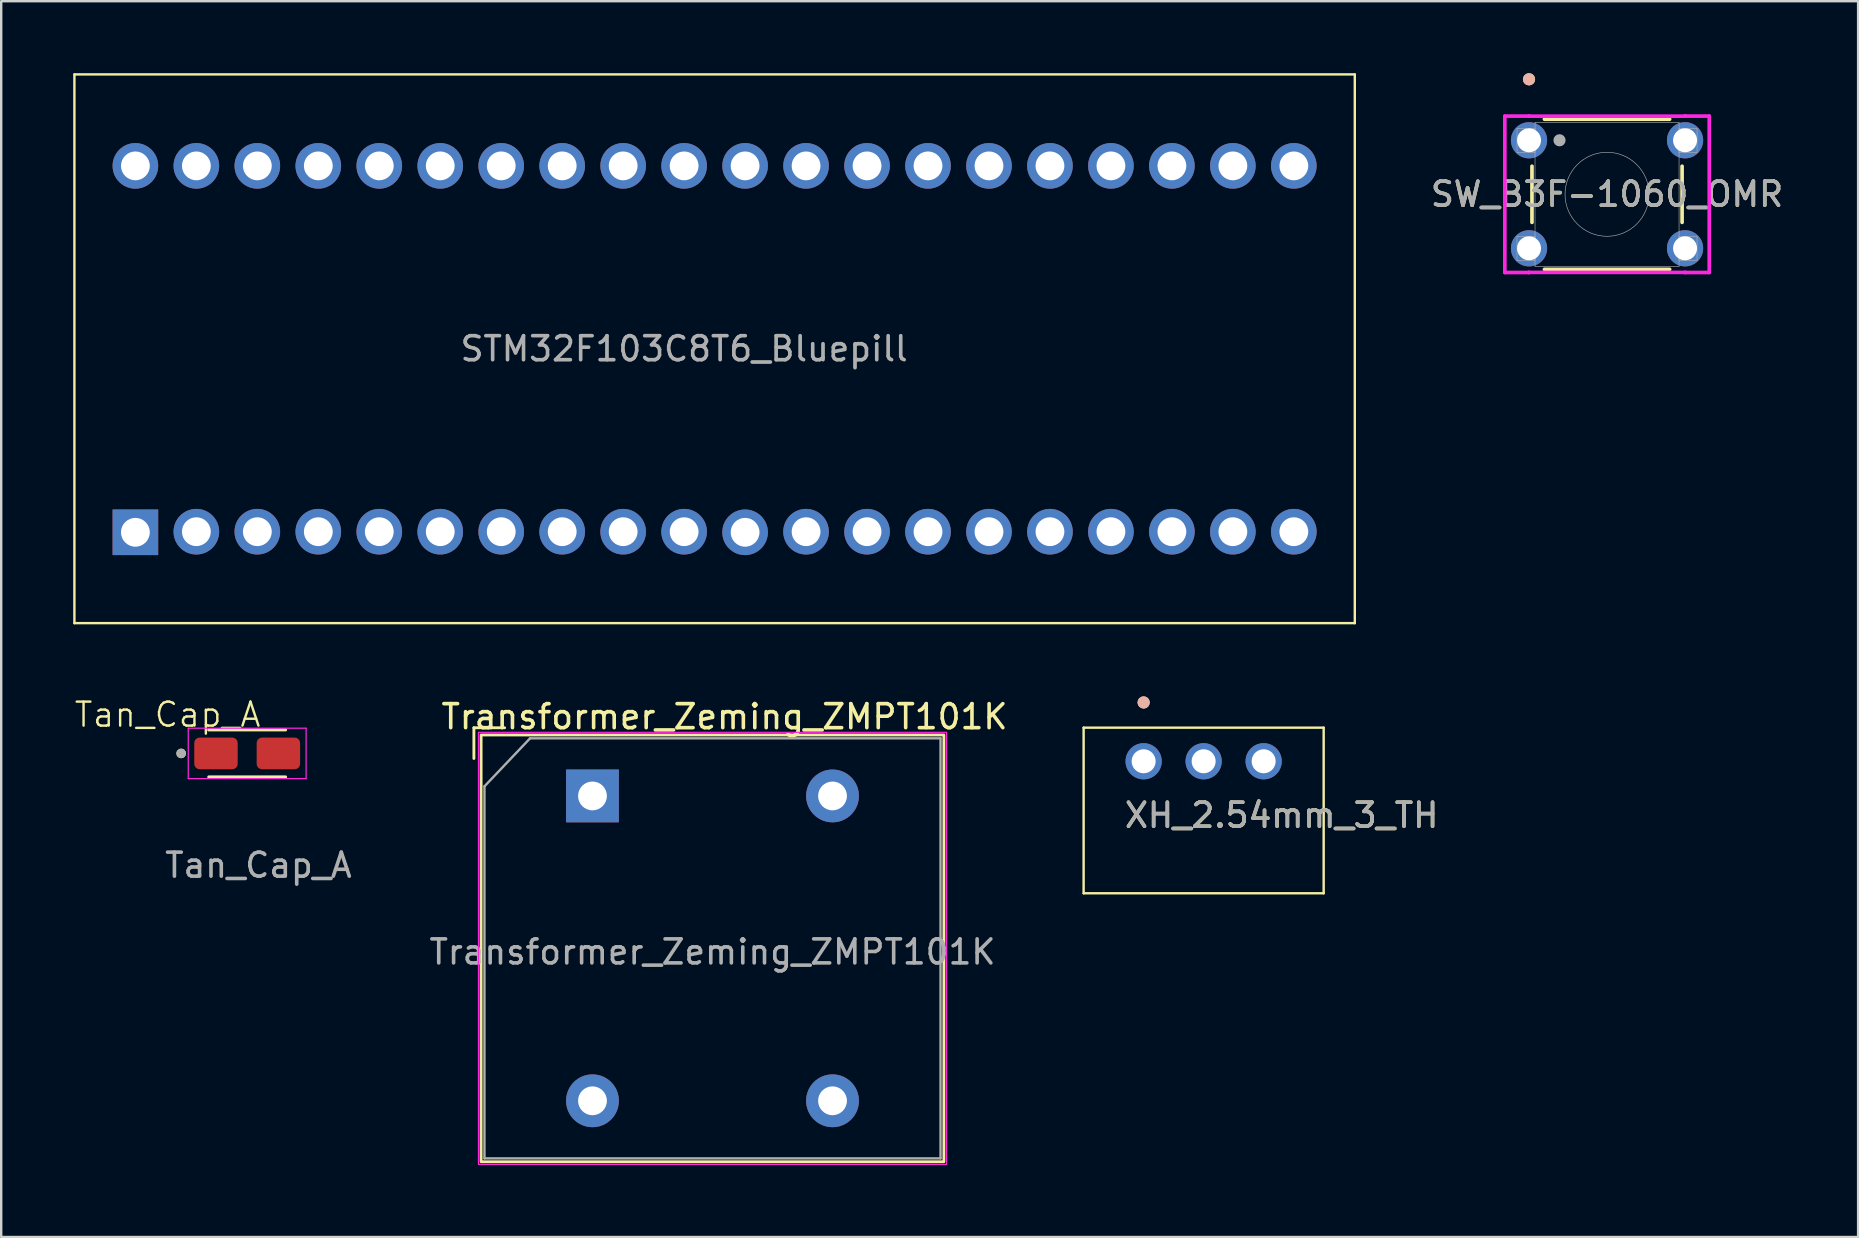
<source format=kicad_pcb>
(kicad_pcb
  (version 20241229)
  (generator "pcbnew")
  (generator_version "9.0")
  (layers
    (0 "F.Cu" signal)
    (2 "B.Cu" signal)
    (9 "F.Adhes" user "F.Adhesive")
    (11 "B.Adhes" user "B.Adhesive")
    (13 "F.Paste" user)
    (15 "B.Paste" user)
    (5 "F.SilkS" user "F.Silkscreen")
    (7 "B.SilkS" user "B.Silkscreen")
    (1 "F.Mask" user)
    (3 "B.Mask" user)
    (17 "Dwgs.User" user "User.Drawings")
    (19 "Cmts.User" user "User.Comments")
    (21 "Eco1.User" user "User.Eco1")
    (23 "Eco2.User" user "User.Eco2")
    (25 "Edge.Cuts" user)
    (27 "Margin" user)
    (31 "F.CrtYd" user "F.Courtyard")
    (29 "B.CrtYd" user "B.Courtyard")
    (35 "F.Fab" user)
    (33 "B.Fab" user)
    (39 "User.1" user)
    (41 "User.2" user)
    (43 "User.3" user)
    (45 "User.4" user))
  (footprint "XH_2.54mm_3_TH"
    (layer "F.Cu")
    (at 47.093 28.664)
    (property "Reference" "XH_2.54mm_3_TH" (at 3.25 2.25 0) (unlocked yes) (layer "F.SilkS") (effects (font (size 1 1) (thickness 0.15))))
    (attr through_hole)
    (fp_line (start -5 -1.4) (end 5 -1.4) (stroke (width 0.1) (type default)) (layer "F.SilkS"))
    (fp_line (start -5 5.5) (end -5 -1.4) (stroke (width 0.1) (type default)) (layer "F.SilkS"))
    (fp_line (start 5 -1.4) (end 5 5.5) (stroke (width 0.1) (type default)) (layer "F.SilkS"))
    (fp_line (start 5 5.5) (end -5 5.5) (stroke (width 0.1) (type default)) (layer "F.SilkS"))
    (fp_circle (center -2.5 -2.45) (end -2.373 -2.45) (stroke (width 0.254) (type solid)) (fill no) (layer "F.SilkS"))
    (fp_circle (center -2.5 -2.45) (end -2.373 -2.45) (stroke (width 0.254) (type solid)) (fill no) (layer "B.SilkS"))
    (fp_text user "${REFERENCE}" (at 3.25 2.25 0) (unlocked yes) (layer "F.Fab") (effects (font (size 1 1) (thickness 0.15))))
    (pad "1" thru_hole circle (at -2.5 0) (size 1.508 1.508) (drill 1) (layers "*.Cu" "*.Mask"))
    (pad "2" thru_hole circle (at 0 0 90) (size 1.508 1.508) (drill 1) (layers "*.Cu" "*.Mask"))
    (pad "3" thru_hole circle (at 2.5 0) (size 1.508 1.508) (drill 1) (layers "*.Cu" "*.Mask")))
  (footprint "SW_B3F-1060_OMR"
    (layer "F.Cu")
    (at 60.648 2.794)
    (property "Reference" "SW_B3F-1060_OMR" (at 3.25 2.25 0) (unlocked yes) (layer "F.SilkS") (effects (font (size 1 1) (thickness 0.15))))
    (attr through_hole)
    (fp_line (start 0.123 1.08) (end 0.123 3.42) (stroke (width 0.152) (type solid)) (layer "F.SilkS"))
    (fp_line (start 0.642 5.377) (end 5.858 5.377) (stroke (width 0.152) (type solid)) (layer "F.SilkS"))
    (fp_line (start 5.858 -0.877) (end 0.642 -0.877) (stroke (width 0.152) (type solid)) (layer "F.SilkS"))
    (fp_line (start 6.377 3.42) (end 6.377 1.08) (stroke (width 0.152) (type solid)) (layer "F.SilkS"))
    (fp_circle (center 0 -2.54) (end 0.127 -2.54) (stroke (width 0.254) (type solid)) (fill no) (layer "F.SilkS"))
    (fp_circle (center 0 -2.54) (end 0.127 -2.54) (stroke (width 0.254) (type solid)) (fill no) (layer "B.SilkS"))
    (fp_line (start -1.008 -1.008) (end -0.004 -1.008) (stroke (width 0.152) (type solid)) (layer "F.CrtYd"))
    (fp_line (start -1.008 5.508) (end -1.008 -1.008) (stroke (width 0.152) (type solid)) (layer "F.CrtYd"))
    (fp_line (start -1.008 5.508) (end -0.004 5.508) (stroke (width 0.152) (type solid)) (layer "F.CrtYd"))
    (fp_line (start -0.004 -1.008) (end -0.004 -1.004) (stroke (width 0.152) (type solid)) (layer "F.CrtYd"))
    (fp_line (start -0.004 -1.004) (end 6.504 -1.004) (stroke (width 0.152) (type solid)) (layer "F.CrtYd"))
    (fp_line (start -0.004 5.504) (end -0.004 5.508) (stroke (width 0.152) (type solid)) (layer "F.CrtYd"))
    (fp_line (start 6.504 -1.004) (end 6.504 -1.008) (stroke (width 0.152) (type solid)) (layer "F.CrtYd"))
    (fp_line (start 6.504 5.504) (end -0.004 5.504) (stroke (width 0.152) (type solid)) (layer "F.CrtYd"))
    (fp_line (start 6.504 5.508) (end 6.504 5.504) (stroke (width 0.152) (type solid)) (layer "F.CrtYd"))
    (fp_line (start 7.508 -1.008) (end 6.504 -1.008) (stroke (width 0.152) (type solid)) (layer "F.CrtYd"))
    (fp_line (start 7.508 -1.008) (end 7.508 5.508) (stroke (width 0.152) (type solid)) (layer "F.CrtYd"))
    (fp_line (start 7.508 5.508) (end 6.504 5.508) (stroke (width 0.152) (type solid)) (layer "F.CrtYd"))
    (fp_line (start -0.5 -0.5) (end -0.5 0.5) (stroke (width 0.025) (type solid)) (layer "F.Fab"))
    (fp_line (start -0.5 0.5) (end 0.25 0.5) (stroke (width 0.025) (type solid)) (layer "F.Fab"))
    (fp_line (start -0.5 4) (end -0.5 5) (stroke (width 0.025) (type solid)) (layer "F.Fab"))
    (fp_line (start -0.5 5) (end 0.25 5) (stroke (width 0.025) (type solid)) (layer "F.Fab"))
    (fp_line (start 0.25 -0.75) (end 0.25 5.25) (stroke (width 0.025) (type solid)) (layer "F.Fab"))
    (fp_line (start 0.25 5.25) (end 6.25 5.25) (stroke (width 0.025) (type solid)) (layer "F.Fab"))
    (fp_line (start 0.25 -0.5) (end -0.5 -0.5) (stroke (width 0.025) (type solid)) (layer "F.Fab"))
    (fp_line (start 0.25 0.5) (end 0.25 -0.5) (stroke (width 0.025) (type solid)) (layer "F.Fab"))
    (fp_line (start 0.25 4) (end -0.5 4) (stroke (width 0.025) (type solid)) (layer "F.Fab"))
    (fp_line (start 0.25 5) (end 0.25 4) (stroke (width 0.025) (type solid)) (layer "F.Fab"))
    (fp_line (start 6.25 -0.5) (end 6.25 0.5) (stroke (width 0.025) (type solid)) (layer "F.Fab"))
    (fp_line (start 6.25 0.5) (end 7 0.5) (stroke (width 0.025) (type solid)) (layer "F.Fab"))
    (fp_line (start 6.25 4) (end 6.25 5) (stroke (width 0.025) (type solid)) (layer "F.Fab"))
    (fp_line (start 6.25 5) (end 7 5) (stroke (width 0.025) (type solid)) (layer "F.Fab"))
    (fp_line (start 6.25 -0.75) (end 0.25 -0.75) (stroke (width 0.025) (type solid)) (layer "F.Fab"))
    (fp_line (start 6.25 5.25) (end 6.25 -0.75) (stroke (width 0.025) (type solid)) (layer "F.Fab"))
    (fp_line (start 7 -0.5) (end 6.25 -0.5) (stroke (width 0.025) (type solid)) (layer "F.Fab"))
    (fp_line (start 7 0.5) (end 7 -0.5) (stroke (width 0.025) (type solid)) (layer "F.Fab"))
    (fp_line (start 7 4) (end 6.25 4) (stroke (width 0.025) (type solid)) (layer "F.Fab"))
    (fp_line (start 7 5) (end 7 4) (stroke (width 0.025) (type solid)) (layer "F.Fab"))
    (fp_circle (center 1.27 0) (end 1.397 0) (stroke (width 0.254) (type solid)) (fill no) (layer "F.Fab"))
    (fp_circle (center 3.25 2.25) (end 5 2.25) (stroke (width 0.025) (type solid)) (fill no) (layer "F.Fab"))
    (fp_text user "${REFERENCE}" (at 3.25 2.25 0) (unlocked yes) (layer "F.Fab") (effects (font (size 1 1) (thickness 0.15))))
    (pad "1" thru_hole circle (at 0 0) (size 1.508 1.508) (drill 1) (layers "*.Cu" "*.Mask"))
    (pad "2" thru_hole circle (at 6.5 0) (size 1.508 1.508) (drill 1) (layers "*.Cu" "*.Mask"))
    (pad "3" thru_hole circle (at 0 4.5) (size 1.508 1.508) (drill 1) (layers "*.Cu" "*.Mask"))
    (pad "4" thru_hole circle (at 6.5 4.5) (size 1.508 1.508) (drill 1) (layers "*.Cu" "*.Mask")))
  (footprint "Transformer_Zeming_ZMPT101K"
    (layer "F.Cu")
    (at 21.632 30.108)
    (property "Reference" "Transformer_Zeming_ZMPT101K" (at 5.5 -3.3 0) (layer "F.SilkS") (effects (font (size 1 1) (thickness 0.15))))
    (attr through_hole)
    (fp_line (start -4.94 -2.84) (end -3.66 -2.84) (stroke (width 0.12) (type default)) (layer "F.SilkS"))
    (fp_line (start -4.94 -1.56) (end -4.94 -2.84) (stroke (width 0.12) (type default)) (layer "F.SilkS"))
    (fp_rect (start -4.64 -2.54) (end 14.64 15.24) (stroke (width 0.12) (type default)) (fill no) (layer "F.SilkS"))
    (fp_rect (start -4.75 -2.65) (end 14.75 15.35) (stroke (width 0.05) (type default)) (fill no) (layer "F.CrtYd"))
    (fp_line (start -4.5 -0.4) (end -2.6 -2.4) (stroke (width 0.1) (type default)) (layer "F.Fab"))
    (fp_line (start -4.5 15.1) (end -4.5 -0.4) (stroke (width 0.1) (type default)) (layer "F.Fab"))
    (fp_line (start -2.6 -2.4) (end 14.5 -2.4) (stroke (width 0.1) (type default)) (layer "F.Fab"))
    (fp_line (start 14.5 -2.4) (end 14.5 15.1) (stroke (width 0.1) (type default)) (layer "F.Fab"))
    (fp_line (start 14.5 15.1) (end -4.5 15.1) (stroke (width 0.1) (type default)) (layer "F.Fab"))
    (fp_text user "${REFERENCE}" (at 5 6.5 0) (layer "F.Fab") (effects (font (size 1 1) (thickness 0.15))))
    (pad "1" thru_hole rect (at 0 0) (size 2.2 2.2) (drill 1.2) (layers "*.Cu" "*.Mask"))
    (pad "2" thru_hole circle (at 0 12.7) (size 2.2 2.2) (drill 1.2) (layers "*.Cu" "*.Mask"))
    (pad "3" thru_hole circle (at 10 12.7) (size 2.2 2.2) (drill 1.2) (layers "*.Cu" "*.Mask"))
    (pad "4" thru_hole circle (at 10 0) (size 2.2 2.2) (drill 1.2) (layers "*.Cu" "*.Mask")))
  (footprint "STM32F103C8T6_Bluepill"
    (layer "F.Cu")
    (at 25.45 11.48)
    (property "Reference" "STM32F103C8T6_Bluepill" (at 0 0 0) (unlocked yes) (layer "F.SilkS") (effects (font (size 1 1) (thickness 0.1))))
    (attr smd)
    (fp_line (start -25.4 -11.43) (end -25.4 11.43) (stroke (width 0.1) (type default)) (layer "F.SilkS"))
    (fp_line (start -25.4 11.43) (end 27.94 11.43) (stroke (width 0.1) (type default)) (layer "F.SilkS"))
    (fp_line (start 27.94 -11.43) (end -25.4 -11.43) (stroke (width 0.1) (type default)) (layer "F.SilkS"))
    (fp_line (start 27.94 11.43) (end 27.94 -11.43) (stroke (width 0.1) (type default)) (layer "F.SilkS"))
    (fp_text user "${REFERENCE}" (at 0 0 0) (unlocked yes) (layer "F.Fab") (effects (font (size 1 1) (thickness 0.15))))
    (pad "1" thru_hole rect (at -22.86 7.645) (size 1.9 1.9) (drill 1.2) (layers "*.Cu" "*.Mask"))
    (pad "2" thru_hole circle (at -20.32 7.62) (size 1.9 1.9) (drill 1.2) (layers "*.Cu" "*.Mask"))
    (pad "3" thru_hole circle (at -17.78 7.62) (size 1.9 1.9) (drill 1.2) (layers "*.Cu" "*.Mask"))
    (pad "4" thru_hole circle (at -15.24 7.62) (size 1.9 1.9) (drill 1.2) (layers "*.Cu" "*.Mask"))
    (pad "5" thru_hole circle (at -12.7 7.62) (size 1.9 1.9) (drill 1.2) (layers "*.Cu" "*.Mask"))
    (pad "6" thru_hole circle (at -10.16 7.62) (size 1.9 1.9) (drill 1.2) (layers "*.Cu" "*.Mask"))
    (pad "7" thru_hole circle (at -7.62 7.62) (size 1.9 1.9) (drill 1.2) (layers "*.Cu" "*.Mask"))
    (pad "8" thru_hole circle (at -5.08 7.62) (size 1.9 1.9) (drill 1.2) (layers "*.Cu" "*.Mask"))
    (pad "9" thru_hole circle (at -2.54 7.62) (size 1.9 1.9) (drill 1.2) (layers "*.Cu" "*.Mask"))
    (pad "10" thru_hole circle (at 0 7.62) (size 1.9 1.9) (drill 1.2) (layers "*.Cu" "*.Mask"))
    (pad "11" thru_hole circle (at 2.54 7.645) (size 1.9 1.9) (drill 1.2) (layers "*.Cu" "*.Mask"))
    (pad "12" thru_hole circle (at 5.08 7.62) (size 1.9 1.9) (drill 1.2) (layers "*.Cu" "*.Mask"))
    (pad "13" thru_hole circle (at 7.62 7.62) (size 1.9 1.9) (drill 1.2) (layers "*.Cu" "*.Mask"))
    (pad "14" thru_hole circle (at 10.16 7.62) (size 1.9 1.9) (drill 1.2) (layers "*.Cu" "*.Mask"))
    (pad "15" thru_hole circle (at 12.7 7.62) (size 1.9 1.9) (drill 1.2) (layers "*.Cu" "*.Mask"))
    (pad "16" thru_hole circle (at 15.24 7.62) (size 1.9 1.9) (drill 1.2) (layers "*.Cu" "*.Mask"))
    (pad "17" thru_hole circle (at 17.78 7.62) (size 1.9 1.9) (drill 1.2) (layers "*.Cu" "*.Mask"))
    (pad "18" thru_hole circle (at 20.32 7.62) (size 1.9 1.9) (drill 1.2) (layers "*.Cu" "*.Mask"))
    (pad "19" thru_hole circle (at 22.86 7.62) (size 1.9 1.9) (drill 1.2) (layers "*.Cu" "*.Mask"))
    (pad "20" thru_hole circle (at 25.4 7.62) (size 1.9 1.9) (drill 1.2) (layers "*.Cu" "*.Mask"))
    (pad "21" thru_hole circle (at 25.4 -7.62) (size 1.9 1.9) (drill 1.2) (layers "*.Cu" "*.Mask"))
    (pad "22" thru_hole circle (at 22.86 -7.62) (size 1.9 1.9) (drill 1.2) (layers "*.Cu" "*.Mask"))
    (pad "23" thru_hole circle (at 20.32 -7.62) (size 1.9 1.9) (drill 1.2) (layers "*.Cu" "*.Mask"))
    (pad "24" thru_hole circle (at 17.78 -7.62) (size 1.9 1.9) (drill 1.2) (layers "*.Cu" "*.Mask"))
    (pad "25" thru_hole circle (at 15.24 -7.62) (size 1.9 1.9) (drill 1.2) (layers "*.Cu" "*.Mask"))
    (pad "26" thru_hole circle (at 12.7 -7.62) (size 1.9 1.9) (drill 1.2) (layers "*.Cu" "*.Mask"))
    (pad "27" thru_hole circle (at 10.16 -7.62) (size 1.9 1.9) (drill 1.2) (layers "*.Cu" "*.Mask"))
    (pad "28" thru_hole circle (at 7.62 -7.62) (size 1.9 1.9) (drill 1.2) (layers "*.Cu" "*.Mask"))
    (pad "29" thru_hole circle (at 5.08 -7.62) (size 1.9 1.9) (drill 1.2) (layers "*.Cu" "*.Mask"))
    (pad "30" thru_hole circle (at 2.54 -7.62) (size 1.9 1.9) (drill 1.2) (layers "*.Cu" "*.Mask"))
    (pad "31" thru_hole circle (at 0 -7.62) (size 1.9 1.9) (drill 1.2) (layers "*.Cu" "*.Mask"))
    (pad "32" thru_hole circle (at -2.54 -7.62) (size 1.9 1.9) (drill 1.2) (layers "*.Cu" "*.Mask"))
    (pad "33" thru_hole circle (at -5.08 -7.62) (size 1.9 1.9) (drill 1.2) (layers "*.Cu" "*.Mask"))
    (pad "34" thru_hole circle (at -7.62 -7.62) (size 1.9 1.9) (drill 1.2) (layers "*.Cu" "*.Mask"))
    (pad "35" thru_hole circle (at -10.16 -7.62) (size 1.9 1.9) (drill 1.2) (layers "*.Cu" "*.Mask"))
    (pad "36" thru_hole circle (at -12.7 -7.62) (size 1.9 1.9) (drill 1.2) (layers "*.Cu" "*.Mask"))
    (pad "37" thru_hole circle (at -15.24 -7.62) (size 1.9 1.9) (drill 1.2) (layers "*.Cu" "*.Mask"))
    (pad "38" thru_hole circle (at -17.78 -7.62) (size 1.9 1.9) (drill 1.2) (layers "*.Cu" "*.Mask"))
    (pad "39" thru_hole circle (at -20.32 -7.62) (size 1.9 1.9) (drill 1.2) (layers "*.Cu" "*.Mask"))
    (pad "40" thru_hole circle (at -22.86 -7.62) (size 1.9 1.9) (drill 1.2) (layers "*.Cu" "*.Mask")))
  (footprint "Tan_Cap_A"
    (layer "F.Cu")
    (at 4.947 29.337)
    (property "Reference" "Tan_Cap_A" (at -1.016 -2.616 0) (unlocked yes) (layer "F.SilkS") (effects (font (size 1 1) (thickness 0.1))))
    (attr smd)
    (fp_line (start 0.7 -1.98) (end 3.9 -1.98) (stroke (width 0.127) (type solid)) (layer "F.SilkS"))
    (fp_line (start 0.7 -0.02) (end 3.9 -0.02) (stroke (width 0.127) (type solid)) (layer "F.SilkS"))
    (fp_circle (center -0.45 -1) (end -0.35 -1) (stroke (width 0.2) (type solid)) (fill no) (layer "F.SilkS"))
    (fp_line (start -0.155 -2.05) (end 4.755 -2.05) (stroke (width 0.05) (type solid)) (layer "F.CrtYd"))
    (fp_line (start -0.155 0.05) (end -0.155 -2.05) (stroke (width 0.05) (type solid)) (layer "F.CrtYd"))
    (fp_line (start 4.755 -2.05) (end 4.755 0.05) (stroke (width 0.05) (type solid)) (layer "F.CrtYd"))
    (fp_line (start 4.755 0.05) (end -0.155 0.05) (stroke (width 0.05) (type solid)) (layer "F.CrtYd"))
    (fp_circle (center -0.45 -1) (end -0.35 -1) (stroke (width 0.2) (type solid)) (fill no) (layer "F.Fab"))
    (fp_text user "${REFERENCE}" (at 2.769 3.658 0) (unlocked yes) (layer "F.Fab") (effects (font (size 1 1) (thickness 0.15))))
    (pad "1" smd roundrect (at 1 -1) (size 1.81 1.32) (layers "F.Cu" "F.Mask" "F.Paste") (roundrect_rratio 0.17))
    (pad "2" smd roundrect (at 3.6 -1) (size 1.81 1.32) (layers "F.Cu" "F.Mask" "F.Paste") (roundrect_rratio 0.17)))
  (gr_rect
    (start -3 -3)
    (end 74.357 48.483)
    (stroke (width 0.1) (type default))
    (fill no)
    (layer "Edge.Cuts")))
</source>
